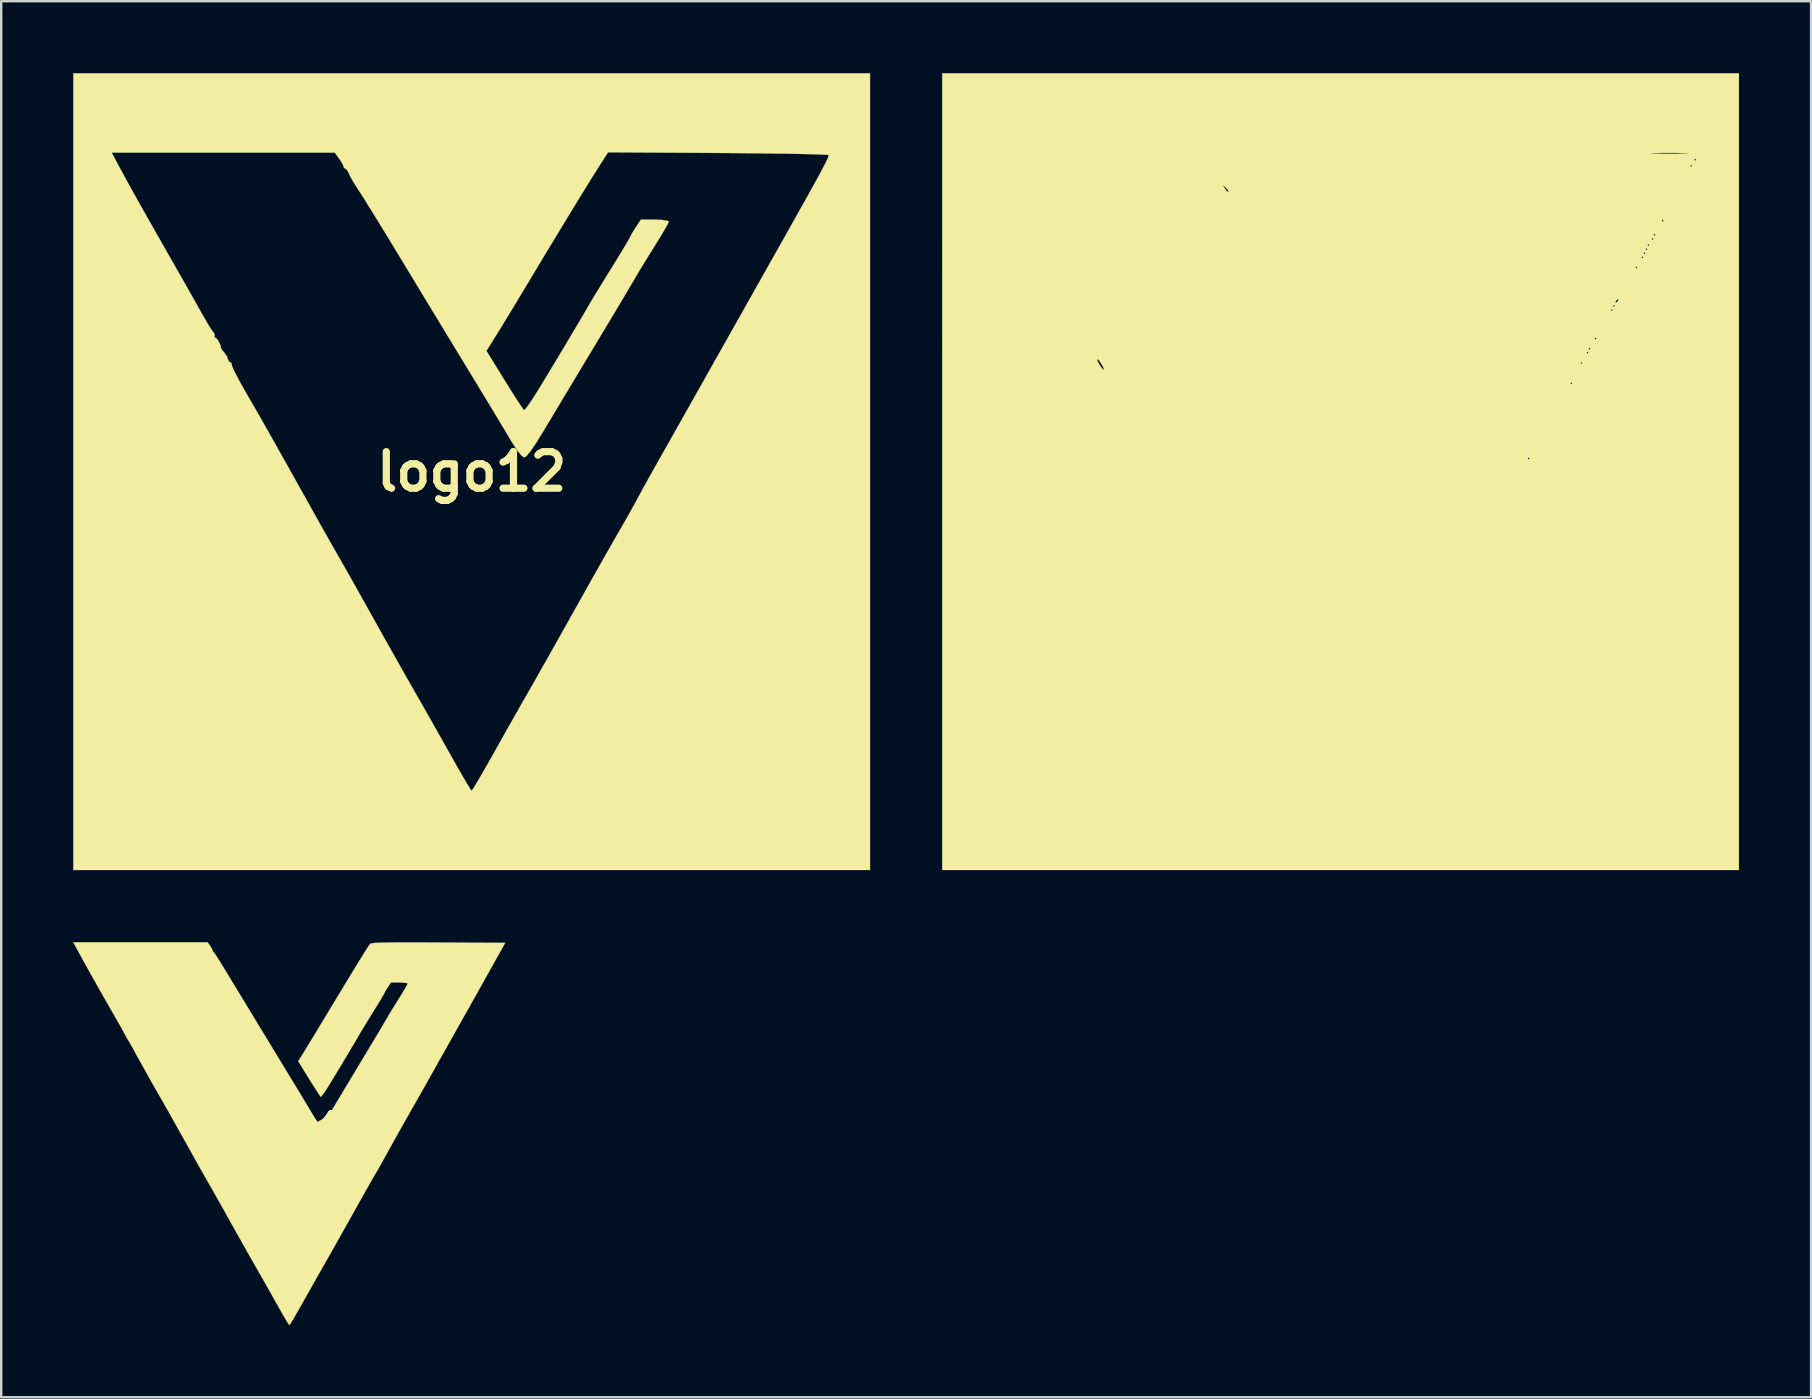
<source format=kicad_pcb>
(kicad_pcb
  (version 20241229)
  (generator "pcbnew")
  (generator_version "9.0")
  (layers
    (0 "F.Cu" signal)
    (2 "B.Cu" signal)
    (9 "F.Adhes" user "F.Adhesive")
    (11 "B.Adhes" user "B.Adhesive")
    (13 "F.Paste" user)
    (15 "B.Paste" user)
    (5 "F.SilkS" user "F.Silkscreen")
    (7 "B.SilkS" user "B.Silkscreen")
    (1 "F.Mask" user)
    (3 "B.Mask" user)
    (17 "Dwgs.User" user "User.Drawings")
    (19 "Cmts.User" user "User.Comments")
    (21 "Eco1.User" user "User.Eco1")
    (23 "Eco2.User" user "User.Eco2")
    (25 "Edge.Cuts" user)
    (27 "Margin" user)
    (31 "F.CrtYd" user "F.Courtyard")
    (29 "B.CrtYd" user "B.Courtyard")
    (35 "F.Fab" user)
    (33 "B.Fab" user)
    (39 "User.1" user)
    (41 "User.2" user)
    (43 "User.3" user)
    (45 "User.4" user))
  (footprint "logo13"
    (layer "F.Cu")
    (at 52.799 16.6)
    (property "Reference" "logo13" (at 0 0 0) (layer "F.SilkS") (effects (font (size 1.524 1.524) (thickness 0.3))))
    (attr through_hole)
    (fp_poly (pts (xy 16.595 16.595) (xy -16.595 16.595) (xy -16.595 -0.55) (xy 7.789 -0.55) (xy 7.832 -0.508) (xy 7.874 -0.55) (xy 7.832 -0.593) (xy 7.789 -0.55) (xy -16.595 -0.55) (xy -16.595 -3.683) (xy 9.567 -3.683) (xy 9.61 -3.641) (xy 9.652 -3.683) (xy 9.61 -3.725) (xy 9.567 -3.683) (xy -16.595 -3.683) (xy -16.595 -4.699) (xy -10.146 -4.699) (xy -10.13 -4.614) (xy -10.051 -4.463) (xy -9.949 -4.314) (xy -9.866 -4.235) (xy -9.857 -4.233) (xy -9.864 -4.296) (xy -9.941 -4.452) (xy -9.96 -4.485) (xy -9.991 -4.53) (xy 9.991 -4.53) (xy 10.033 -4.487) (xy 10.075 -4.53) (xy 10.033 -4.572) (xy 9.991 -4.53) (xy -9.991 -4.53) (xy -10.068 -4.642) (xy -10.14 -4.702) (xy -10.146 -4.699) (xy -16.595 -4.699) (xy -16.595 -4.953) (xy 10.245 -4.953) (xy 10.287 -4.911) (xy 10.329 -4.953) (xy 10.287 -4.995) (xy 10.245 -4.953) (xy -16.595 -4.953) (xy -16.595 -5.122) (xy 10.329 -5.122) (xy 10.372 -5.08) (xy 10.414 -5.122) (xy 10.372 -5.165) (xy 10.329 -5.122) (xy -16.595 -5.122) (xy -16.595 -5.546) (xy 10.583 -5.546) (xy 10.626 -5.503) (xy 10.668 -5.546) (xy 10.626 -5.588) (xy 10.583 -5.546) (xy -16.595 -5.546) (xy -16.595 -6.731) (xy 11.261 -6.731) (xy 11.303 -6.689) (xy 11.345 -6.731) (xy 11.303 -6.773) (xy 11.261 -6.731) (xy -16.595 -6.731) (xy -16.595 -6.9) (xy 11.345 -6.9) (xy 11.388 -6.858) (xy 11.43 -6.9) (xy 11.388 -6.943) (xy 11.345 -6.9) (xy -16.595 -6.9) (xy -16.595 -7.033) (xy 11.451 -7.033) (xy 11.462 -7.027) (xy 11.54 -7.087) (xy 11.557 -7.112) (xy 11.579 -7.191) (xy 11.567 -7.197) (xy 11.49 -7.137) (xy 11.472 -7.112) (xy 11.451 -7.033) (xy -16.595 -7.033) (xy -16.595 -8.509) (xy 12.277 -8.509) (xy 12.319 -8.467) (xy 12.361 -8.509) (xy 12.319 -8.551) (xy 12.277 -8.509) (xy -16.595 -8.509) (xy -16.595 -8.932) (xy 12.531 -8.932) (xy 12.573 -8.89) (xy 12.615 -8.932) (xy 12.573 -8.975) (xy 12.531 -8.932) (xy -16.595 -8.932) (xy -16.595 -9.102) (xy 12.615 -9.102) (xy 12.658 -9.059) (xy 12.7 -9.102) (xy 12.658 -9.144) (xy 12.615 -9.102) (xy -16.595 -9.102) (xy -16.595 -9.271) (xy 12.7 -9.271) (xy 12.742 -9.229) (xy 12.785 -9.271) (xy 12.742 -9.313) (xy 12.7 -9.271) (xy -16.595 -9.271) (xy -16.595 -9.44) (xy 12.785 -9.44) (xy 12.827 -9.398) (xy 12.869 -9.44) (xy 12.827 -9.483) (xy 12.785 -9.44) (xy -16.595 -9.44) (xy -16.595 -9.694) (xy 12.954 -9.694) (xy 12.996 -9.652) (xy 13.039 -9.694) (xy 12.996 -9.737) (xy 12.954 -9.694) (xy -16.595 -9.694) (xy -16.595 -9.864) (xy 13.039 -9.864) (xy 13.081 -9.821) (xy 13.123 -9.864) (xy 13.081 -9.906) (xy 13.039 -9.864) (xy -16.595 -9.864) (xy -16.595 -10.456) (xy 13.377 -10.456) (xy 13.42 -10.414) (xy 13.462 -10.456) (xy 13.42 -10.499) (xy 13.377 -10.456) (xy -16.595 -10.456) (xy -16.595 -11.929) (xy -4.881 -11.929) (xy -4.879 -11.898) (xy -4.817 -11.794) (xy -4.721 -11.669) (xy -4.665 -11.648) (xy -4.687 -11.728) (xy -4.777 -11.834) (xy -4.881 -11.929) (xy -16.595 -11.929) (xy -16.595 -12.742) (xy 14.563 -12.742) (xy 14.605 -12.7) (xy 14.647 -12.742) (xy 14.605 -12.785) (xy 14.563 -12.742) (xy -16.595 -12.742) (xy -16.595 -12.996) (xy 14.732 -12.996) (xy 14.774 -12.954) (xy 14.817 -12.996) (xy 14.774 -13.039) (xy 14.732 -12.996) (xy -16.595 -12.996) (xy -16.595 -13.262) (xy 12.918 -13.262) (xy 12.933 -13.253) (xy 13.093 -13.247) (xy 13.385 -13.243) (xy 13.716 -13.242) (xy 14.108 -13.244) (xy 14.378 -13.248) (xy 14.513 -13.255) (xy 14.501 -13.263) (xy 14.372 -13.271) (xy 13.928 -13.282) (xy 13.434 -13.281) (xy 13.06 -13.271) (xy 12.918 -13.262) (xy -16.595 -13.262) (xy -16.595 -16.595) (xy 16.595 -16.595) (xy 16.595 16.595)) (stroke (width 0.01) (type solid)) (fill yes) (layer "F.SilkS")))
  (footprint "logo12"
    (layer "F.Cu")
    (at 16.6 16.6)
    (property "Reference" "logo12" (at 0 0 0) (layer "F.SilkS") (effects (font (size 1.524 1.524) (thickness 0.3))))
    (attr through_hole)
    (fp_poly (pts (xy 16.595 16.595) (xy -16.595 16.595) (xy -16.595 -13.293) (xy -15.001 -13.293) (xy -14.602 -12.552) (xy -14.403 -12.185) (xy -14.172 -11.766) (xy -13.899 -11.277) (xy -13.575 -10.701) (xy -13.191 -10.023) (xy -12.738 -9.226) (xy -12.402 -8.636) (xy -12.154 -8.201) (xy -11.923 -7.796) (xy -11.729 -7.453) (xy -11.588 -7.204) (xy -11.536 -7.112) (xy -11.261 -6.62) (xy -11.055 -6.261) (xy -10.908 -6.016) (xy -10.81 -5.867) (xy -10.75 -5.799) (xy -10.743 -5.794) (xy -10.703 -5.692) (xy -10.714 -5.667) (xy -10.71 -5.593) (xy -10.687 -5.588) (xy -10.604 -5.521) (xy -10.511 -5.371) (xy -10.45 -5.216) (xy -10.447 -5.159) (xy -10.401 -5.069) (xy -10.308 -4.962) (xy -10.193 -4.801) (xy -10.16 -4.693) (xy -10.112 -4.584) (xy -10.075 -4.572) (xy -10.006 -4.525) (xy -10.008 -4.508) (xy -9.984 -4.396) (xy -9.881 -4.166) (xy -9.695 -3.81) (xy -9.423 -3.324) (xy -9.19 -2.921) (xy -8.946 -2.499) (xy -8.689 -2.05) (xy -8.457 -1.641) (xy -8.343 -1.439) (xy -8.163 -1.118) (xy -7.93 -0.702) (xy -7.671 -0.241) (xy -7.417 0.213) (xy -7.394 0.254) (xy -7.151 0.688) (xy -6.91 1.118) (xy -6.697 1.499) (xy -6.538 1.786) (xy -6.519 1.82) (xy -6.371 2.087) (xy -6.163 2.455) (xy -5.922 2.879) (xy -5.673 3.314) (xy -5.632 3.387) (xy -5.397 3.797) (xy -5.105 4.313) (xy -4.781 4.89) (xy -4.447 5.484) (xy -4.13 6.054) (xy -4.106 6.096) (xy -3.774 6.691) (xy -3.408 7.343) (xy -3.038 7.999) (xy -2.692 8.609) (xy -2.411 9.102) (xy -2.092 9.66) (xy -1.726 10.304) (xy -1.35 10.969) (xy -0.999 11.592) (xy -0.841 11.874) (xy -0.593 12.315) (xy -0.371 12.699) (xy -0.19 13.005) (xy -0.064 13.211) (xy -0.004 13.292) (xy -0.002 13.293) (xy 0.051 13.222) (xy 0.173 13.026) (xy 0.351 12.725) (xy 0.573 12.342) (xy 0.824 11.899) (xy 0.885 11.79) (xy 1.194 11.24) (xy 1.524 10.654) (xy 1.849 10.08) (xy 2.141 9.567) (xy 2.335 9.229) (xy 2.53 8.888) (xy 2.791 8.427) (xy 3.104 7.875) (xy 3.451 7.259) (xy 3.817 6.607) (xy 4.186 5.949) (xy 4.34 5.673) (xy 4.692 5.046) (xy 5.034 4.437) (xy 5.354 3.87) (xy 5.638 3.368) (xy 5.874 2.954) (xy 6.047 2.652) (xy 6.113 2.54) (xy 6.336 2.155) (xy 6.59 1.704) (xy 6.829 1.272) (xy 6.876 1.185) (xy 7.006 0.944) (xy 7.128 0.72) (xy 7.254 0.491) (xy 7.397 0.234) (xy 7.569 -0.073) (xy 7.783 -0.454) (xy 8.052 -0.93) (xy 8.388 -1.526) (xy 8.483 -1.693) (xy 8.749 -2.165) (xy 9.059 -2.713) (xy 9.371 -3.268) (xy 9.629 -3.725) (xy 9.807 -4.042) (xy 10.055 -4.483) (xy 10.359 -5.023) (xy 10.706 -5.638) (xy 11.083 -6.306) (xy 11.475 -7.001) (xy 11.869 -7.701) (xy 11.895 -7.747) (xy 12.472 -8.771) (xy 12.972 -9.658) (xy 13.398 -10.417) (xy 13.758 -11.058) (xy 14.056 -11.592) (xy 14.297 -12.029) (xy 14.488 -12.377) (xy 14.633 -12.648) (xy 14.738 -12.851) (xy 14.808 -12.996) (xy 14.85 -13.094) (xy 14.867 -13.153) (xy 14.866 -13.184) (xy 14.861 -13.192) (xy 14.768 -13.203) (xy 14.521 -13.215) (xy 14.136 -13.227) (xy 13.629 -13.238) (xy 13.015 -13.249) (xy 12.311 -13.259) (xy 11.531 -13.268) (xy 10.693 -13.275) (xy 10.243 -13.278) (xy 5.683 -13.305) (xy 5.392 -12.855) (xy 5.15 -12.475) (xy 4.834 -11.967) (xy 4.452 -11.347) (xy 4.016 -10.633) (xy 3.536 -9.843) (xy 3.022 -8.992) (xy 2.554 -8.213) (xy 2.221 -7.659) (xy 1.894 -7.117) (xy 1.59 -6.614) (xy 1.325 -6.179) (xy 1.118 -5.84) (xy 1.013 -5.671) (xy 0.615 -5.033) (xy 1.37 -3.808) (xy 1.622 -3.403) (xy 1.845 -3.052) (xy 2.025 -2.779) (xy 2.144 -2.608) (xy 2.185 -2.561) (xy 2.249 -2.621) (xy 2.382 -2.799) (xy 2.564 -3.07) (xy 2.776 -3.406) (xy 2.803 -3.45) (xy 3.047 -3.85) (xy 3.331 -4.321) (xy 3.639 -4.832) (xy 3.95 -5.353) (xy 4.249 -5.854) (xy 4.515 -6.305) (xy 4.733 -6.675) (xy 4.883 -6.934) (xy 4.896 -6.957) (xy 4.993 -7.122) (xy 5.161 -7.401) (xy 5.382 -7.762) (xy 5.637 -8.174) (xy 5.829 -8.485) (xy 6.082 -8.894) (xy 6.3 -9.252) (xy 6.469 -9.535) (xy 6.575 -9.719) (xy 6.604 -9.778) (xy 6.647 -9.87) (xy 6.756 -10.051) (xy 6.827 -10.162) (xy 7.05 -10.499) (xy 7.631 -10.499) (xy 7.92 -10.488) (xy 8.128 -10.459) (xy 8.212 -10.42) (xy 8.213 -10.418) (xy 8.17 -10.319) (xy 8.052 -10.108) (xy 7.877 -9.813) (xy 7.662 -9.465) (xy 7.626 -9.408) (xy 7.383 -9.019) (xy 7.152 -8.645) (xy 6.961 -8.329) (xy 6.835 -8.114) (xy 6.834 -8.113) (xy 6.742 -7.954) (xy 6.574 -7.67) (xy 6.342 -7.28) (xy 6.059 -6.806) (xy 5.736 -6.266) (xy 5.384 -5.68) (xy 5.125 -5.249) (xy 4.735 -4.601) (xy 4.342 -3.947) (xy 3.962 -3.315) (xy 3.612 -2.731) (xy 3.308 -2.224) (xy 3.067 -1.821) (xy 2.978 -1.672) (xy 2.685 -1.197) (xy 2.451 -0.854) (xy 2.283 -0.651) (xy 2.192 -0.593) (xy 2.078 -0.667) (xy 1.905 -0.882) (xy 1.681 -1.223) (xy 1.589 -1.376) (xy 1.41 -1.679) (xy 1.162 -2.093) (xy 0.865 -2.586) (xy 0.538 -3.126) (xy 0.203 -3.679) (xy 0.046 -3.937) (xy -0.262 -4.443) (xy -0.638 -5.062) (xy -1.063 -5.761) (xy -1.517 -6.509) (xy -1.98 -7.273) (xy -2.433 -8.022) (xy -2.728 -8.509) (xy -3.119 -9.153) (xy -3.494 -9.77) (xy -3.843 -10.34) (xy -4.153 -10.844) (xy -4.413 -11.262) (xy -4.61 -11.575) (xy -4.732 -11.764) (xy -4.738 -11.772) (xy -4.913 -12.044) (xy -5.051 -12.285) (xy -5.117 -12.429) (xy -5.193 -12.574) (xy -5.255 -12.615) (xy -5.331 -12.68) (xy -5.334 -12.703) (xy -5.381 -12.825) (xy -5.495 -13.009) (xy -5.519 -13.042) (xy -5.705 -13.293) (xy -10.353 -13.293) (xy -15.001 -13.293) (xy -16.595 -13.293) (xy -16.595 -16.595) (xy 16.595 -16.595) (xy 16.595 16.595)) (stroke (width 0.01) (type solid)) (fill yes) (layer "F.SilkS")))
  (footprint "logo14"
    (layer "F.Cu")
    (at 9.006 44.18)
    (property "Reference" "logo14" (at 0 0 0) (layer "F.SilkS") (effects (font (size 1.524 1.524) (thickness 0.3))))
    (attr through_hole)
    (fp_poly (pts (xy -3.411 -7.976) (xy -3.305 -7.828) (xy -3.235 -7.716) (xy -3.201 -7.635) (xy -3.2 -7.629) (xy -3.17 -7.565) (xy -3.162 -7.561) (xy -3.149 -7.551) (xy -3.127 -7.526) (xy -3.094 -7.48) (xy -3.045 -7.405) (xy -2.975 -7.296) (xy -2.881 -7.146) (xy -2.759 -6.948) (xy -2.604 -6.695) (xy -2.413 -6.381) (xy -2.181 -5.998) (xy -1.904 -5.542) (xy -1.624 -5.08) (xy -1.363 -4.651) (xy -1.089 -4.198) (xy -0.811 -3.742) (xy -0.544 -3.301) (xy -0.297 -2.896) (xy -0.084 -2.545) (xy 0.027 -2.362) (xy 0.227 -2.034) (xy 0.427 -1.704) (xy 0.615 -1.392) (xy 0.78 -1.118) (xy 0.908 -0.902) (xy 0.954 -0.826) (xy 1.097 -0.595) (xy 1.213 -0.438) (xy 1.295 -0.362) (xy 1.315 -0.356) (xy 1.379 -0.401) (xy 1.485 -0.533) (xy 1.63 -0.748) (xy 1.787 -1.003) (xy 1.91 -1.209) (xy 2.075 -1.485) (xy 2.273 -1.815) (xy 2.494 -2.182) (xy 2.727 -2.571) (xy 2.963 -2.963) (xy 3.075 -3.15) (xy 3.294 -3.513) (xy 3.5 -3.857) (xy 3.688 -4.171) (xy 3.85 -4.442) (xy 3.978 -4.659) (xy 4.066 -4.809) (xy 4.101 -4.868) (xy 4.176 -4.997) (xy 4.291 -5.187) (xy 4.429 -5.411) (xy 4.575 -5.644) (xy 4.576 -5.645) (xy 4.708 -5.857) (xy 4.817 -6.04) (xy 4.894 -6.176) (xy 4.927 -6.247) (xy 4.928 -6.251) (xy 4.881 -6.275) (xy 4.759 -6.292) (xy 4.587 -6.299) (xy 4.579 -6.299) (xy 4.23 -6.299) (xy 4.096 -6.097) (xy 4.018 -5.973) (xy 3.969 -5.887) (xy 3.962 -5.867) (xy 3.937 -5.817) (xy 3.866 -5.695) (xy 3.759 -5.516) (xy 3.624 -5.295) (xy 3.498 -5.091) (xy 3.337 -4.832) (xy 3.189 -4.592) (xy 3.065 -4.387) (xy 2.974 -4.238) (xy 2.937 -4.174) (xy 2.853 -4.028) (xy 2.727 -3.813) (xy 2.57 -3.548) (xy 2.393 -3.25) (xy 2.206 -2.938) (xy 2.021 -2.63) (xy 1.848 -2.343) (xy 1.698 -2.097) (xy 1.682 -2.07) (xy 1.553 -1.865) (xy 1.441 -1.697) (xy 1.357 -1.582) (xy 1.313 -1.537) (xy 1.311 -1.537) (xy 1.274 -1.582) (xy 1.193 -1.7) (xy 1.079 -1.876) (xy 0.94 -2.095) (xy 0.822 -2.285) (xy 0.369 -3.02) (xy 0.498 -3.225) (xy 0.554 -3.314) (xy 0.655 -3.479) (xy 0.795 -3.71) (xy 0.968 -3.993) (xy 1.166 -4.32) (xy 1.383 -4.678) (xy 1.612 -5.057) (xy 1.626 -5.08) (xy 1.973 -5.654) (xy 2.272 -6.148) (xy 2.526 -6.566) (xy 2.738 -6.915) (xy 2.913 -7.2) (xy 3.054 -7.428) (xy 3.164 -7.605) (xy 3.247 -7.736) (xy 3.308 -7.827) (xy 3.349 -7.885) (xy 3.372 -7.913) (xy 3.406 -7.927) (xy 3.484 -7.939) (xy 3.612 -7.949) (xy 3.796 -7.956) (xy 4.044 -7.961) (xy 4.362 -7.965) (xy 4.758 -7.967) (xy 5.237 -7.967) (xy 5.807 -7.965) (xy 6.212 -7.963) (xy 8.99 -7.95) (xy 8.237 -6.604) (xy 8.002 -6.183) (xy 7.739 -5.714) (xy 7.466 -5.227) (xy 7.198 -4.751) (xy 6.952 -4.313) (xy 6.798 -4.039) (xy 6.61 -3.706) (xy 6.433 -3.39) (xy 6.273 -3.106) (xy 6.14 -2.869) (xy 6.041 -2.692) (xy 5.985 -2.591) (xy 5.917 -2.471) (xy 5.811 -2.282) (xy 5.677 -2.045) (xy 5.527 -1.779) (xy 5.411 -1.575) (xy 5.115 -1.054) (xy 4.862 -0.609) (xy 4.645 -0.224) (xy 4.456 0.113) (xy 4.288 0.415) (xy 4.132 0.697) (xy 4.012 0.914) (xy 3.881 1.152) (xy 3.756 1.374) (xy 3.652 1.556) (xy 3.582 1.674) (xy 3.579 1.679) (xy 3.528 1.765) (xy 3.434 1.929) (xy 3.304 2.158) (xy 3.144 2.44) (xy 2.962 2.763) (xy 2.764 3.117) (xy 2.616 3.38) (xy 2.396 3.775) (xy 2.173 4.171) (xy 1.958 4.554) (xy 1.76 4.905) (xy 1.588 5.21) (xy 1.451 5.45) (xy 1.401 5.537) (xy 1.254 5.795) (xy 1.074 6.112) (xy 0.877 6.46) (xy 0.68 6.809) (xy 0.531 7.074) (xy 0.377 7.346) (xy 0.24 7.585) (xy 0.126 7.778) (xy 0.044 7.912) (xy 0.002 7.973) (xy -0.001 7.976) (xy -0.034 7.933) (xy -0.107 7.816) (xy -0.213 7.637) (xy -0.344 7.409) (xy -0.492 7.147) (xy -0.505 7.125) (xy -0.699 6.779) (xy -0.919 6.388) (xy -1.145 5.99) (xy -1.353 5.624) (xy -1.447 5.461) (xy -1.624 5.151) (xy -1.832 4.784) (xy -2.054 4.389) (xy -2.273 3.999) (xy -2.464 3.658) (xy -2.653 3.318) (xy -2.853 2.962) (xy -3.048 2.614) (xy -3.226 2.301) (xy -3.369 2.048) (xy -3.379 2.032) (xy -3.527 1.773) (xy -3.674 1.515) (xy -3.803 1.287) (xy -3.899 1.114) (xy -3.912 1.092) (xy -4.001 0.932) (xy -4.124 0.71) (xy -4.267 0.454) (xy -4.414 0.193) (xy -4.436 0.152) (xy -4.588 -0.118) (xy -4.743 -0.395) (xy -4.886 -0.649) (xy -4.997 -0.848) (xy -5.006 -0.864) (xy -5.125 -1.075) (xy -5.273 -1.335) (xy -5.426 -1.603) (xy -5.512 -1.751) (xy -5.653 -1.997) (xy -5.796 -2.25) (xy -5.922 -2.475) (xy -5.985 -2.59) (xy -6.095 -2.789) (xy -6.203 -2.984) (xy -6.283 -3.124) (xy -6.362 -3.264) (xy -6.422 -3.376) (xy -6.435 -3.404) (xy -6.476 -3.481) (xy -6.555 -3.62) (xy -6.655 -3.794) (xy -6.69 -3.852) (xy -6.789 -4.023) (xy -6.865 -4.157) (xy -6.905 -4.232) (xy -6.909 -4.241) (xy -6.933 -4.289) (xy -7 -4.409) (xy -7.101 -4.589) (xy -7.229 -4.814) (xy -7.357 -5.037) (xy -7.703 -5.64) (xy -8.021 -6.201) (xy -8.307 -6.708) (xy -8.553 -7.15) (xy -8.753 -7.517) (xy -8.761 -7.531) (xy -9.001 -7.976) (xy -6.206 -7.976) (xy -3.411 -7.976)) (stroke (width 0.01) (type solid)) (fill yes) (layer "F.SilkS")))
  (gr_rect
    (start -3 -3)
    (end 72.399 55.161)
    (stroke (width 0.1) (type default))
    (fill no)
    (layer "Edge.Cuts")))
</source>
